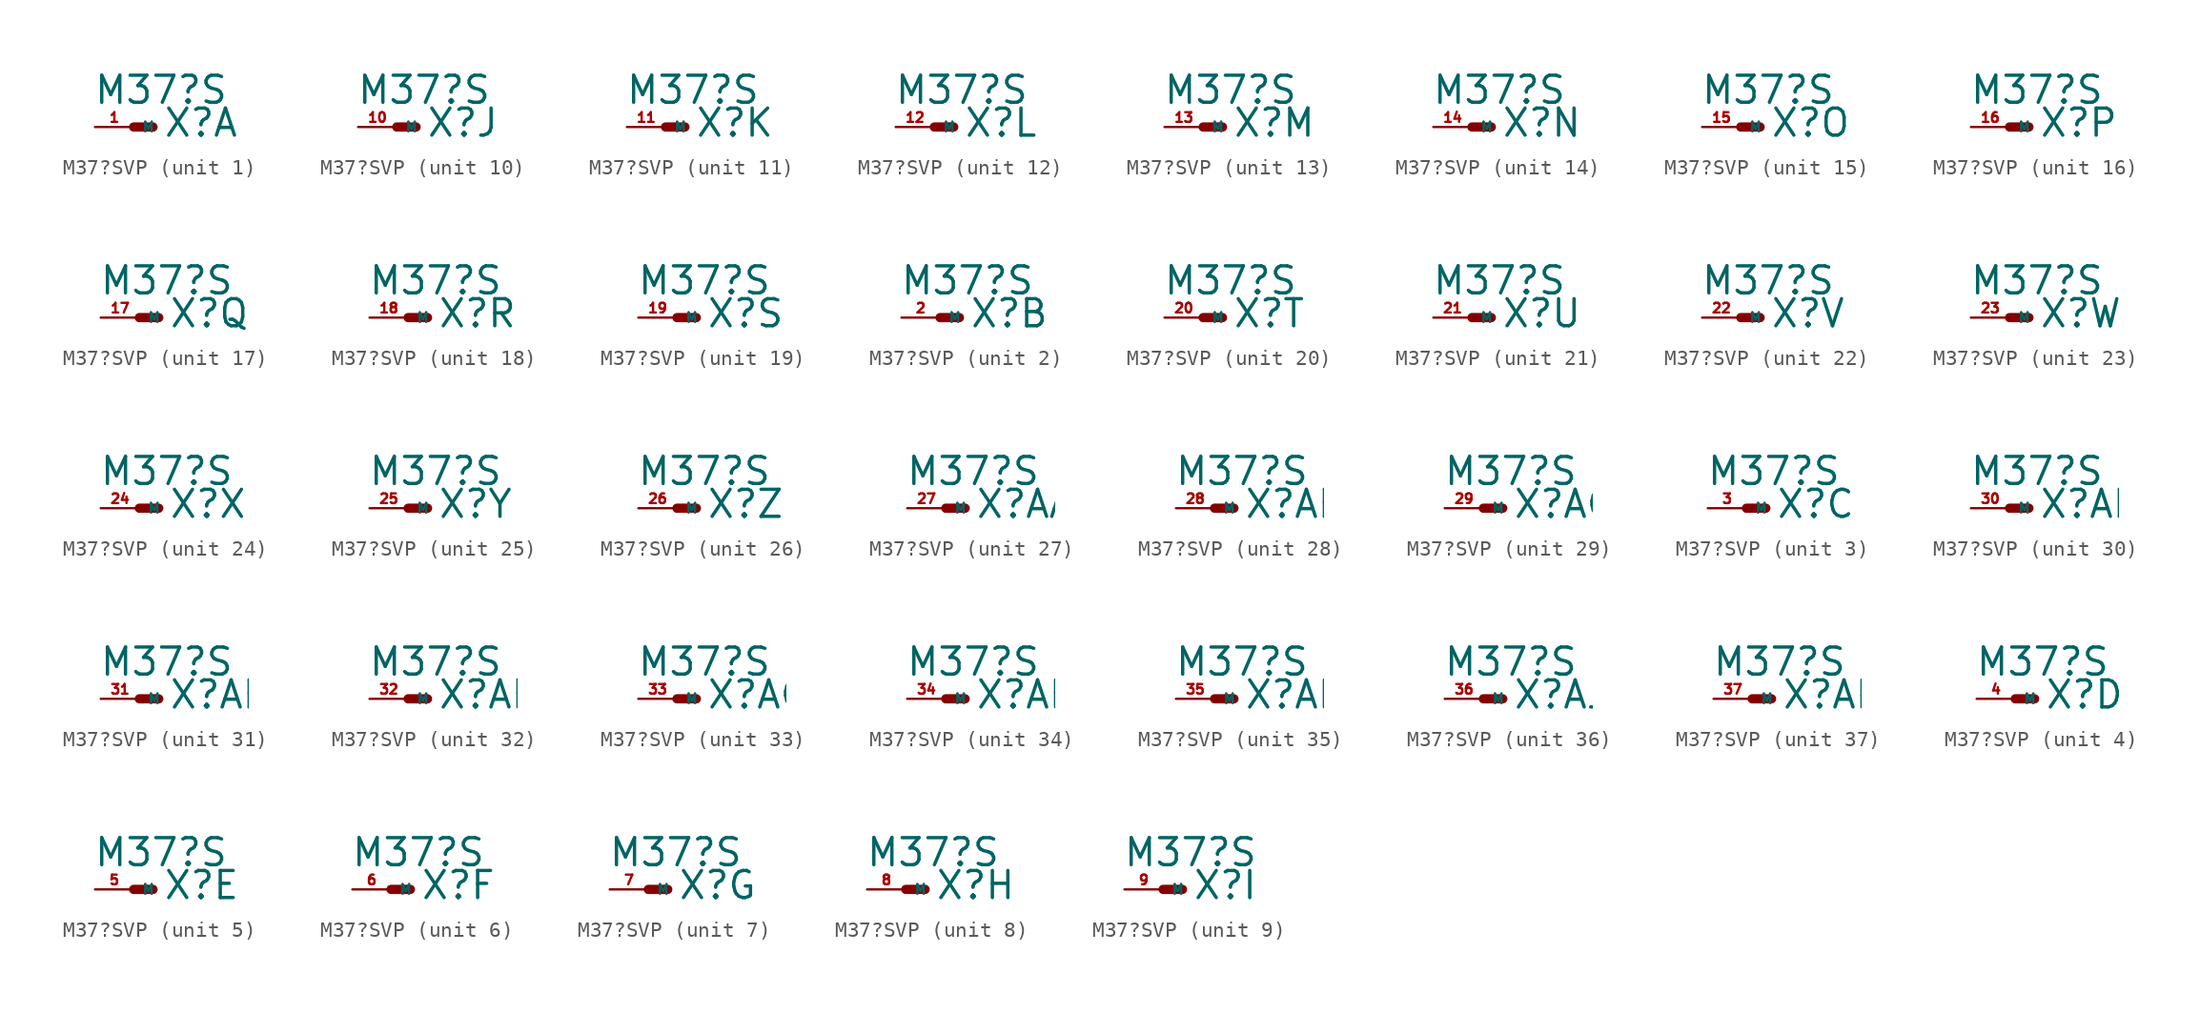
<source format=kicad_sym>
(kicad_symbol_lib
  (version 20220914)
  (generator Eagle2Kicad)
  (symbol "M37?SVP"
    (property "Reference" "X"
      (at 1.905 -0.762 0)
      (effects (font (size 1.778 1.778) (thickness 0.22)) (justify left bottom)))
    (property "Value" "M37?S"
      (at -2.667 1.397 0)
      (effects (font (size 1.778 1.778) (thickness 0.22)) (justify left bottom)))
    (symbol "M37?SVP_1_0"
      (polyline (pts (xy 0 0) (xy 1.27 0)) (stroke (width 0.61) (type default)) (fill (type none)))
      (pin passive line (at -2.54 0 0) (length 2.54) (name "M" (effects (font (size 0.635 0.635) (thickness 0.08)) (justify left bottom))) (number "1" (effects (font (size 0.635 0.635) (thickness 0.08)) (justify left bottom)))))
    (symbol "M37?SVP_2_0"
      (polyline (pts (xy 0 0) (xy 1.27 0)) (stroke (width 0.61) (type default)) (fill (type none)))
      (pin passive line (at -2.54 0 0) (length 2.54) (name "M" (effects (font (size 0.635 0.635) (thickness 0.08)) (justify left bottom))) (number "2" (effects (font (size 0.635 0.635) (thickness 0.08)) (justify left bottom)))))
    (symbol "M37?SVP_3_0"
      (polyline (pts (xy 0 0) (xy 1.27 0)) (stroke (width 0.61) (type default)) (fill (type none)))
      (pin passive line (at -2.54 0 0) (length 2.54) (name "M" (effects (font (size 0.635 0.635) (thickness 0.08)) (justify left bottom))) (number "3" (effects (font (size 0.635 0.635) (thickness 0.08)) (justify left bottom)))))
    (symbol "M37?SVP_4_0"
      (polyline (pts (xy 0 0) (xy 1.27 0)) (stroke (width 0.61) (type default)) (fill (type none)))
      (pin passive line (at -2.54 0 0) (length 2.54) (name "M" (effects (font (size 0.635 0.635) (thickness 0.08)) (justify left bottom))) (number "4" (effects (font (size 0.635 0.635) (thickness 0.08)) (justify left bottom)))))
    (symbol "M37?SVP_5_0"
      (polyline (pts (xy 0 0) (xy 1.27 0)) (stroke (width 0.61) (type default)) (fill (type none)))
      (pin passive line (at -2.54 0 0) (length 2.54) (name "M" (effects (font (size 0.635 0.635) (thickness 0.08)) (justify left bottom))) (number "5" (effects (font (size 0.635 0.635) (thickness 0.08)) (justify left bottom)))))
    (symbol "M37?SVP_6_0"
      (polyline (pts (xy 0 0) (xy 1.27 0)) (stroke (width 0.61) (type default)) (fill (type none)))
      (pin passive line (at -2.54 0 0) (length 2.54) (name "M" (effects (font (size 0.635 0.635) (thickness 0.08)) (justify left bottom))) (number "6" (effects (font (size 0.635 0.635) (thickness 0.08)) (justify left bottom)))))
    (symbol "M37?SVP_7_0"
      (polyline (pts (xy 0 0) (xy 1.27 0)) (stroke (width 0.61) (type default)) (fill (type none)))
      (pin passive line (at -2.54 0 0) (length 2.54) (name "M" (effects (font (size 0.635 0.635) (thickness 0.08)) (justify left bottom))) (number "7" (effects (font (size 0.635 0.635) (thickness 0.08)) (justify left bottom)))))
    (symbol "M37?SVP_8_0"
      (polyline (pts (xy 0 0) (xy 1.27 0)) (stroke (width 0.61) (type default)) (fill (type none)))
      (pin passive line (at -2.54 0 0) (length 2.54) (name "M" (effects (font (size 0.635 0.635) (thickness 0.08)) (justify left bottom))) (number "8" (effects (font (size 0.635 0.635) (thickness 0.08)) (justify left bottom)))))
    (symbol "M37?SVP_9_0"
      (polyline (pts (xy 0 0) (xy 1.27 0)) (stroke (width 0.61) (type default)) (fill (type none)))
      (pin passive line (at -2.54 0 0) (length 2.54) (name "M" (effects (font (size 0.635 0.635) (thickness 0.08)) (justify left bottom))) (number "9" (effects (font (size 0.635 0.635) (thickness 0.08)) (justify left bottom)))))
    (symbol "M37?SVP_10_0"
      (polyline (pts (xy 0 0) (xy 1.27 0)) (stroke (width 0.61) (type default)) (fill (type none)))
      (pin passive line (at -2.54 0 0) (length 2.54) (name "M" (effects (font (size 0.635 0.635) (thickness 0.08)) (justify left bottom))) (number "10" (effects (font (size 0.635 0.635) (thickness 0.08)) (justify left bottom)))))
    (symbol "M37?SVP_11_0"
      (polyline (pts (xy 0 0) (xy 1.27 0)) (stroke (width 0.61) (type default)) (fill (type none)))
      (pin passive line (at -2.54 0 0) (length 2.54) (name "M" (effects (font (size 0.635 0.635) (thickness 0.08)) (justify left bottom))) (number "11" (effects (font (size 0.635 0.635) (thickness 0.08)) (justify left bottom)))))
    (symbol "M37?SVP_12_0"
      (polyline (pts (xy 0 0) (xy 1.27 0)) (stroke (width 0.61) (type default)) (fill (type none)))
      (pin passive line (at -2.54 0 0) (length 2.54) (name "M" (effects (font (size 0.635 0.635) (thickness 0.08)) (justify left bottom))) (number "12" (effects (font (size 0.635 0.635) (thickness 0.08)) (justify left bottom)))))
    (symbol "M37?SVP_13_0"
      (polyline (pts (xy 0 0) (xy 1.27 0)) (stroke (width 0.61) (type default)) (fill (type none)))
      (pin passive line (at -2.54 0 0) (length 2.54) (name "M" (effects (font (size 0.635 0.635) (thickness 0.08)) (justify left bottom))) (number "13" (effects (font (size 0.635 0.635) (thickness 0.08)) (justify left bottom)))))
    (symbol "M37?SVP_14_0"
      (polyline (pts (xy 0 0) (xy 1.27 0)) (stroke (width 0.61) (type default)) (fill (type none)))
      (pin passive line (at -2.54 0 0) (length 2.54) (name "M" (effects (font (size 0.635 0.635) (thickness 0.08)) (justify left bottom))) (number "14" (effects (font (size 0.635 0.635) (thickness 0.08)) (justify left bottom)))))
    (symbol "M37?SVP_15_0"
      (polyline (pts (xy 0 0) (xy 1.27 0)) (stroke (width 0.61) (type default)) (fill (type none)))
      (pin passive line (at -2.54 0 0) (length 2.54) (name "M" (effects (font (size 0.635 0.635) (thickness 0.08)) (justify left bottom))) (number "15" (effects (font (size 0.635 0.635) (thickness 0.08)) (justify left bottom)))))
    (symbol "M37?SVP_16_0"
      (polyline (pts (xy 0 0) (xy 1.27 0)) (stroke (width 0.61) (type default)) (fill (type none)))
      (pin passive line (at -2.54 0 0) (length 2.54) (name "M" (effects (font (size 0.635 0.635) (thickness 0.08)) (justify left bottom))) (number "16" (effects (font (size 0.635 0.635) (thickness 0.08)) (justify left bottom)))))
    (symbol "M37?SVP_17_0"
      (polyline (pts (xy 0 0) (xy 1.27 0)) (stroke (width 0.61) (type default)) (fill (type none)))
      (pin passive line (at -2.54 0 0) (length 2.54) (name "M" (effects (font (size 0.635 0.635) (thickness 0.08)) (justify left bottom))) (number "17" (effects (font (size 0.635 0.635) (thickness 0.08)) (justify left bottom)))))
    (symbol "M37?SVP_18_0"
      (polyline (pts (xy 0 0) (xy 1.27 0)) (stroke (width 0.61) (type default)) (fill (type none)))
      (pin passive line (at -2.54 0 0) (length 2.54) (name "M" (effects (font (size 0.635 0.635) (thickness 0.08)) (justify left bottom))) (number "18" (effects (font (size 0.635 0.635) (thickness 0.08)) (justify left bottom)))))
    (symbol "M37?SVP_19_0"
      (polyline (pts (xy 0 0) (xy 1.27 0)) (stroke (width 0.61) (type default)) (fill (type none)))
      (pin passive line (at -2.54 0 0) (length 2.54) (name "M" (effects (font (size 0.635 0.635) (thickness 0.08)) (justify left bottom))) (number "19" (effects (font (size 0.635 0.635) (thickness 0.08)) (justify left bottom)))))
    (symbol "M37?SVP_20_0"
      (polyline (pts (xy 0 0) (xy 1.27 0)) (stroke (width 0.61) (type default)) (fill (type none)))
      (pin passive line (at -2.54 0 0) (length 2.54) (name "M" (effects (font (size 0.635 0.635) (thickness 0.08)) (justify left bottom))) (number "20" (effects (font (size 0.635 0.635) (thickness 0.08)) (justify left bottom)))))
    (symbol "M37?SVP_21_0"
      (polyline (pts (xy 0 0) (xy 1.27 0)) (stroke (width 0.61) (type default)) (fill (type none)))
      (pin passive line (at -2.54 0 0) (length 2.54) (name "M" (effects (font (size 0.635 0.635) (thickness 0.08)) (justify left bottom))) (number "21" (effects (font (size 0.635 0.635) (thickness 0.08)) (justify left bottom)))))
    (symbol "M37?SVP_22_0"
      (polyline (pts (xy 0 0) (xy 1.27 0)) (stroke (width 0.61) (type default)) (fill (type none)))
      (pin passive line (at -2.54 0 0) (length 2.54) (name "M" (effects (font (size 0.635 0.635) (thickness 0.08)) (justify left bottom))) (number "22" (effects (font (size 0.635 0.635) (thickness 0.08)) (justify left bottom)))))
    (symbol "M37?SVP_23_0"
      (polyline (pts (xy 0 0) (xy 1.27 0)) (stroke (width 0.61) (type default)) (fill (type none)))
      (pin passive line (at -2.54 0 0) (length 2.54) (name "M" (effects (font (size 0.635 0.635) (thickness 0.08)) (justify left bottom))) (number "23" (effects (font (size 0.635 0.635) (thickness 0.08)) (justify left bottom)))))
    (symbol "M37?SVP_24_0"
      (polyline (pts (xy 0 0) (xy 1.27 0)) (stroke (width 0.61) (type default)) (fill (type none)))
      (pin passive line (at -2.54 0 0) (length 2.54) (name "M" (effects (font (size 0.635 0.635) (thickness 0.08)) (justify left bottom))) (number "24" (effects (font (size 0.635 0.635) (thickness 0.08)) (justify left bottom)))))
    (symbol "M37?SVP_25_0"
      (polyline (pts (xy 0 0) (xy 1.27 0)) (stroke (width 0.61) (type default)) (fill (type none)))
      (pin passive line (at -2.54 0 0) (length 2.54) (name "M" (effects (font (size 0.635 0.635) (thickness 0.08)) (justify left bottom))) (number "25" (effects (font (size 0.635 0.635) (thickness 0.08)) (justify left bottom)))))
    (symbol "M37?SVP_26_0"
      (polyline (pts (xy 0 0) (xy 1.27 0)) (stroke (width 0.61) (type default)) (fill (type none)))
      (pin passive line (at -2.54 0 0) (length 2.54) (name "M" (effects (font (size 0.635 0.635) (thickness 0.08)) (justify left bottom))) (number "26" (effects (font (size 0.635 0.635) (thickness 0.08)) (justify left bottom)))))
    (symbol "M37?SVP_27_0"
      (polyline (pts (xy 0 0) (xy 1.27 0)) (stroke (width 0.61) (type default)) (fill (type none)))
      (pin passive line (at -2.54 0 0) (length 2.54) (name "M" (effects (font (size 0.635 0.635) (thickness 0.08)) (justify left bottom))) (number "27" (effects (font (size 0.635 0.635) (thickness 0.08)) (justify left bottom)))))
    (symbol "M37?SVP_28_0"
      (polyline (pts (xy 0 0) (xy 1.27 0)) (stroke (width 0.61) (type default)) (fill (type none)))
      (pin passive line (at -2.54 0 0) (length 2.54) (name "M" (effects (font (size 0.635 0.635) (thickness 0.08)) (justify left bottom))) (number "28" (effects (font (size 0.635 0.635) (thickness 0.08)) (justify left bottom)))))
    (symbol "M37?SVP_29_0"
      (polyline (pts (xy 0 0) (xy 1.27 0)) (stroke (width 0.61) (type default)) (fill (type none)))
      (pin passive line (at -2.54 0 0) (length 2.54) (name "M" (effects (font (size 0.635 0.635) (thickness 0.08)) (justify left bottom))) (number "29" (effects (font (size 0.635 0.635) (thickness 0.08)) (justify left bottom)))))
    (symbol "M37?SVP_30_0"
      (polyline (pts (xy 0 0) (xy 1.27 0)) (stroke (width 0.61) (type default)) (fill (type none)))
      (pin passive line (at -2.54 0 0) (length 2.54) (name "M" (effects (font (size 0.635 0.635) (thickness 0.08)) (justify left bottom))) (number "30" (effects (font (size 0.635 0.635) (thickness 0.08)) (justify left bottom)))))
    (symbol "M37?SVP_31_0"
      (polyline (pts (xy 0 0) (xy 1.27 0)) (stroke (width 0.61) (type default)) (fill (type none)))
      (pin passive line (at -2.54 0 0) (length 2.54) (name "M" (effects (font (size 0.635 0.635) (thickness 0.08)) (justify left bottom))) (number "31" (effects (font (size 0.635 0.635) (thickness 0.08)) (justify left bottom)))))
    (symbol "M37?SVP_32_0"
      (polyline (pts (xy 0 0) (xy 1.27 0)) (stroke (width 0.61) (type default)) (fill (type none)))
      (pin passive line (at -2.54 0 0) (length 2.54) (name "M" (effects (font (size 0.635 0.635) (thickness 0.08)) (justify left bottom))) (number "32" (effects (font (size 0.635 0.635) (thickness 0.08)) (justify left bottom)))))
    (symbol "M37?SVP_33_0"
      (polyline (pts (xy 0 0) (xy 1.27 0)) (stroke (width 0.61) (type default)) (fill (type none)))
      (pin passive line (at -2.54 0 0) (length 2.54) (name "M" (effects (font (size 0.635 0.635) (thickness 0.08)) (justify left bottom))) (number "33" (effects (font (size 0.635 0.635) (thickness 0.08)) (justify left bottom)))))
    (symbol "M37?SVP_34_0"
      (polyline (pts (xy 0 0) (xy 1.27 0)) (stroke (width 0.61) (type default)) (fill (type none)))
      (pin passive line (at -2.54 0 0) (length 2.54) (name "M" (effects (font (size 0.635 0.635) (thickness 0.08)) (justify left bottom))) (number "34" (effects (font (size 0.635 0.635) (thickness 0.08)) (justify left bottom)))))
    (symbol "M37?SVP_35_0"
      (polyline (pts (xy 0 0) (xy 1.27 0)) (stroke (width 0.61) (type default)) (fill (type none)))
      (pin passive line (at -2.54 0 0) (length 2.54) (name "M" (effects (font (size 0.635 0.635) (thickness 0.08)) (justify left bottom))) (number "35" (effects (font (size 0.635 0.635) (thickness 0.08)) (justify left bottom)))))
    (symbol "M37?SVP_36_0"
      (polyline (pts (xy 0 0) (xy 1.27 0)) (stroke (width 0.61) (type default)) (fill (type none)))
      (pin passive line (at -2.54 0 0) (length 2.54) (name "M" (effects (font (size 0.635 0.635) (thickness 0.08)) (justify left bottom))) (number "36" (effects (font (size 0.635 0.635) (thickness 0.08)) (justify left bottom)))))
    (symbol "M37?SVP_37_0"
      (polyline (pts (xy 0 0) (xy 1.27 0)) (stroke (width 0.61) (type default)) (fill (type none)))
      (pin passive line (at -2.54 0 0) (length 2.54) (name "M" (effects (font (size 0.635 0.635) (thickness 0.08)) (justify left bottom))) (number "37" (effects (font (size 0.635 0.635) (thickness 0.08)) (justify left bottom)))))))
</source>
